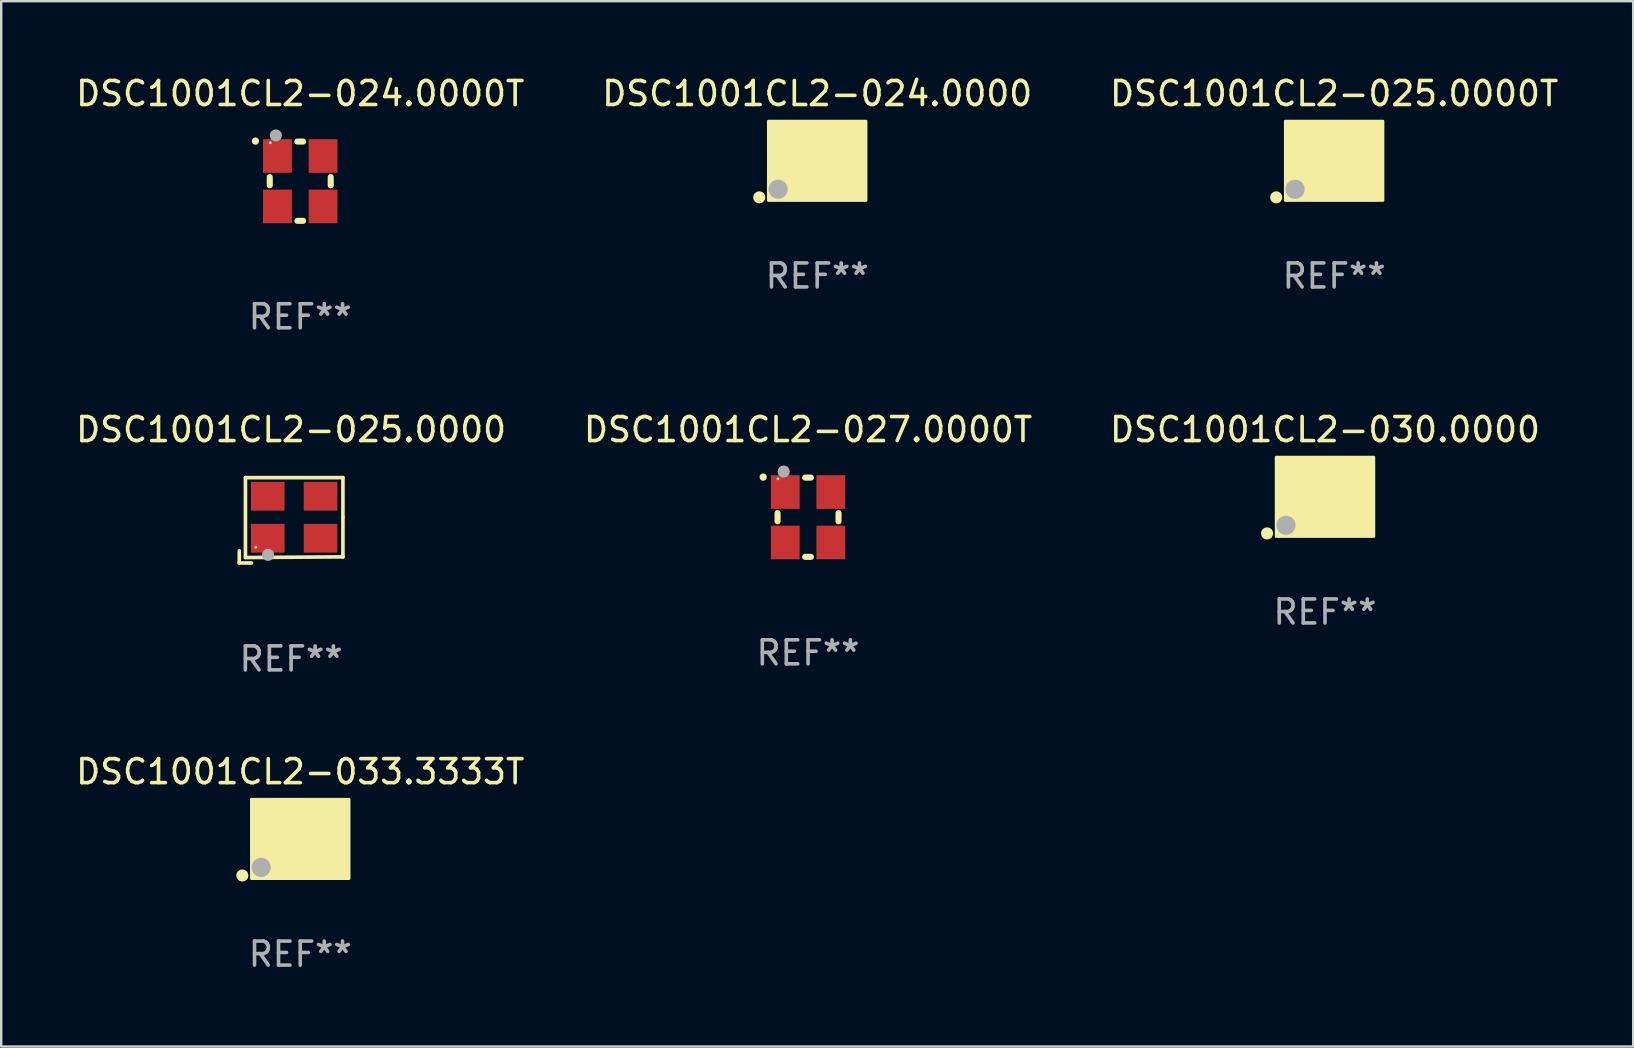
<source format=kicad_pcb>
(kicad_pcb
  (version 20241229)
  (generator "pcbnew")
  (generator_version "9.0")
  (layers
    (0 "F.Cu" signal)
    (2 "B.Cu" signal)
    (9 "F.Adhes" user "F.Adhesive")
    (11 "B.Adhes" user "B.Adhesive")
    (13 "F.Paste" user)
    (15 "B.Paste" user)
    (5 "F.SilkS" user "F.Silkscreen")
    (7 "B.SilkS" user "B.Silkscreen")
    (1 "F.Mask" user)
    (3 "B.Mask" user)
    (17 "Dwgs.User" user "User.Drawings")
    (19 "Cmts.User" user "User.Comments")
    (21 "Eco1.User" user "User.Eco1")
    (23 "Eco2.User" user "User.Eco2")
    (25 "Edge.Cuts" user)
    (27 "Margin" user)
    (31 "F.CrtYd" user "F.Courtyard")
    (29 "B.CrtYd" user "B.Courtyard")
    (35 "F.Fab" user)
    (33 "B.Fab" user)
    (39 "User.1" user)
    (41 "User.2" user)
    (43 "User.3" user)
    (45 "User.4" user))
  (footprint "DSC1001CL2-025.0000"
    (layer "F.Cu")
    (at 9.077 18.625)
    (property "Reference" "DSC1001CL2-025.0000" (at 0 -3.778 0) (layer "F.SilkS") (effects (font (size 1 1) (thickness 0.15))))
    (attr through_hole)
    (fp_line (start -2.159 1.27) (end -2.159 1.778) (stroke (width 0.152) (type solid)) (layer "F.SilkS"))
    (fp_line (start -2.159 1.778) (end -1.651 1.778) (stroke (width 0.152) (type solid)) (layer "F.SilkS"))
    (fp_line (start -1.902 -1.778) (end 2.159 -1.778) (stroke (width 0.152) (type solid)) (layer "F.SilkS"))
    (fp_line (start -1.902 1.552) (end -1.902 -1.778) (stroke (width 0.152) (type solid)) (layer "F.SilkS"))
    (fp_line (start 2.159 -1.778) (end 2.159 -0.127) (stroke (width 0.152) (type solid)) (layer "F.SilkS"))
    (fp_line (start 2.159 -0.127) (end 2.159 1.524) (stroke (width 0.152) (type solid)) (layer "F.SilkS"))
    (fp_line (start 2.159 1.524) (end -1.902 1.552) (stroke (width 0.152) (type solid)) (layer "F.SilkS"))
    (fp_line (start 2.159 1.524) (end 2.159 1.524) (stroke (width 0.152) (type solid)) (layer "F.SilkS"))
    (fp_circle (center -1.473 1.123) (end -1.443 1.123) (stroke (width 0.06) (type solid)) (fill no) (layer "F.SilkS"))
    (fp_circle (center -0.961 1.44) (end -0.834 1.44) (stroke (width 0.254) (type solid)) (fill no) (layer "F.Fab"))
    (fp_text user "REF**" (at 0 5.778 0) (layer "F.Fab") (effects (font (size 1 1) (thickness 0.15))))
    (pad "1" smd rect (at -0.973 0.748) (size 1.4 1.2) (layers "F.Cu" "F.Mask" "F.Paste"))
    (pad "2" smd rect (at 1.227 0.748) (size 1.4 1.2) (layers "F.Cu" "F.Mask" "F.Paste"))
    (pad "3" smd rect (at 1.227 -1.002) (size 1.4 1.2) (layers "F.Cu" "F.Mask" "F.Paste"))
    (pad "4" smd rect (at -0.973 -1.002) (size 1.4 1.2) (layers "F.Cu" "F.Mask" "F.Paste")))
  (footprint "DSC1001CL2-025.0000T"
    (layer "F.Cu")
    (at 52.53 3.648)
    (property "Reference" "DSC1001CL2-025.0000T" (at 0 -2.8 0) (layer "F.SilkS") (effects (font (size 1 1) (thickness 0.15))))
    (attr through_hole)
    (fp_circle (center -2.413 1.524) (end -2.286 1.524) (stroke (width 0.254) (type solid)) (fill no) (layer "F.SilkS"))
    (fp_circle (center -1.6 1.25) (end -1.57 1.25) (stroke (width 0.06) (type solid)) (fill no) (layer "F.SilkS"))
    (fp_poly (pts (xy -2.032 -1.651) (xy 2.032 -1.651) (xy 2.032 1.651) (xy -2.032 1.651)) (stroke (width 0.12) (type solid)) (fill yes) (layer "F.SilkS"))
    (fp_circle (center -1.627 1.185) (end -1.427 1.185) (stroke (width 0.4) (type solid)) (fill no) (layer "F.Fab"))
    (fp_text user "REF**" (at 0 4.8 0) (layer "F.Fab") (effects (font (size 1 1) (thickness 0.15))))
    (pad "1" smd rect (at -1.05 0.8) (size 1.4 1.2) (layers "F.Cu" "F.Mask" "F.Paste"))
    (pad "2" smd rect (at 1.05 0.8) (size 1.4 1.2) (layers "F.Cu" "F.Mask" "F.Paste"))
    (pad "3" smd rect (at 1.05 -0.8) (size 1.4 1.2) (layers "F.Cu" "F.Mask" "F.Paste"))
    (pad "4" smd rect (at -1.05 -0.8) (size 1.4 1.2) (layers "F.Cu" "F.Mask" "F.Paste")))
  (footprint "DSC1001CL2-030.0000"
    (layer "F.Cu")
    (at 52.149 17.647)
    (property "Reference" "DSC1001CL2-030.0000" (at 0 -2.8 0) (layer "F.SilkS") (effects (font (size 1 1) (thickness 0.15))))
    (attr through_hole)
    (fp_circle (center -2.413 1.524) (end -2.286 1.524) (stroke (width 0.254) (type solid)) (fill no) (layer "F.SilkS"))
    (fp_circle (center -1.6 1.25) (end -1.57 1.25) (stroke (width 0.06) (type solid)) (fill no) (layer "F.SilkS"))
    (fp_poly (pts (xy -2.032 -1.651) (xy 2.032 -1.651) (xy 2.032 1.651) (xy -2.032 1.651)) (stroke (width 0.12) (type solid)) (fill yes) (layer "F.SilkS"))
    (fp_circle (center -1.627 1.185) (end -1.427 1.185) (stroke (width 0.4) (type solid)) (fill no) (layer "F.Fab"))
    (fp_text user "REF**" (at 0 4.8 0) (layer "F.Fab") (effects (font (size 1 1) (thickness 0.15))))
    (pad "1" smd rect (at -1.05 0.8) (size 1.4 1.2) (layers "F.Cu" "F.Mask" "F.Paste"))
    (pad "2" smd rect (at 1.05 0.8) (size 1.4 1.2) (layers "F.Cu" "F.Mask" "F.Paste"))
    (pad "3" smd rect (at 1.05 -0.8) (size 1.4 1.2) (layers "F.Cu" "F.Mask" "F.Paste"))
    (pad "4" smd rect (at -1.05 -0.8) (size 1.4 1.2) (layers "F.Cu" "F.Mask" "F.Paste")))
  (footprint "DSC1001CL2-024.0000"
    (layer "F.Cu")
    (at 30.994 3.648)
    (property "Reference" "DSC1001CL2-024.0000" (at 0 -2.8 0) (layer "F.SilkS") (effects (font (size 1 1) (thickness 0.15))))
    (attr through_hole)
    (fp_circle (center -2.413 1.524) (end -2.286 1.524) (stroke (width 0.254) (type solid)) (fill no) (layer "F.SilkS"))
    (fp_circle (center -1.6 1.25) (end -1.57 1.25) (stroke (width 0.06) (type solid)) (fill no) (layer "F.SilkS"))
    (fp_poly (pts (xy -2.032 -1.651) (xy 2.032 -1.651) (xy 2.032 1.651) (xy -2.032 1.651)) (stroke (width 0.12) (type solid)) (fill yes) (layer "F.SilkS"))
    (fp_circle (center -1.627 1.185) (end -1.427 1.185) (stroke (width 0.4) (type solid)) (fill no) (layer "F.Fab"))
    (fp_text user "REF**" (at 0 4.8 0) (layer "F.Fab") (effects (font (size 1 1) (thickness 0.15))))
    (pad "1" smd rect (at -1.05 0.8) (size 1.4 1.2) (layers "F.Cu" "F.Mask" "F.Paste"))
    (pad "2" smd rect (at 1.05 0.8) (size 1.4 1.2) (layers "F.Cu" "F.Mask" "F.Paste"))
    (pad "3" smd rect (at 1.05 -0.8) (size 1.4 1.2) (layers "F.Cu" "F.Mask" "F.Paste"))
    (pad "4" smd rect (at -1.05 -0.8) (size 1.4 1.2) (layers "F.Cu" "F.Mask" "F.Paste")))
  (footprint "DSC1001CL2-033.3333T"
    (layer "F.Cu")
    (at 9.458 31.899)
    (property "Reference" "DSC1001CL2-033.3333T" (at 0 -2.8 0) (layer "F.SilkS") (effects (font (size 1 1) (thickness 0.15))))
    (attr through_hole)
    (fp_circle (center -2.413 1.524) (end -2.286 1.524) (stroke (width 0.254) (type solid)) (fill no) (layer "F.SilkS"))
    (fp_circle (center -1.6 1.25) (end -1.57 1.25) (stroke (width 0.06) (type solid)) (fill no) (layer "F.SilkS"))
    (fp_poly (pts (xy -2.032 -1.651) (xy 2.032 -1.651) (xy 2.032 1.651) (xy -2.032 1.651)) (stroke (width 0.12) (type solid)) (fill yes) (layer "F.SilkS"))
    (fp_circle (center -1.627 1.185) (end -1.427 1.185) (stroke (width 0.4) (type solid)) (fill no) (layer "F.Fab"))
    (fp_text user "REF**" (at 0 4.8 0) (layer "F.Fab") (effects (font (size 1 1) (thickness 0.15))))
    (pad "1" smd rect (at -1.05 0.8) (size 1.4 1.2) (layers "F.Cu" "F.Mask" "F.Paste"))
    (pad "2" smd rect (at 1.05 0.8) (size 1.4 1.2) (layers "F.Cu" "F.Mask" "F.Paste"))
    (pad "3" smd rect (at 1.05 -0.8) (size 1.4 1.2) (layers "F.Cu" "F.Mask" "F.Paste"))
    (pad "4" smd rect (at -1.05 -0.8) (size 1.4 1.2) (layers "F.Cu" "F.Mask" "F.Paste")))
  (footprint "DSC1001CL2-027.0000T"
    (layer "F.Cu")
    (at 30.613 18.498)
    (property "Reference" "DSC1001CL2-027.0000T" (at 0 -3.651 0) (layer "F.SilkS") (effects (font (size 1 1) (thickness 0.15))))
    (attr through_hole)
    (fp_line (start -1.27 -0.169) (end -1.27 0.169) (stroke (width 0.254) (type solid)) (layer "F.SilkS"))
    (fp_line (start 0.119 -1.651) (end -0.119 -1.651) (stroke (width 0.254) (type solid)) (layer "F.SilkS"))
    (fp_line (start 0.119 1.651) (end -0.119 1.651) (stroke (width 0.254) (type solid)) (layer "F.SilkS"))
    (fp_line (start 1.27 -0.169) (end 1.27 0.169) (stroke (width 0.254) (type solid)) (layer "F.SilkS"))
    (fp_arc (start -1.868631 -1.669799) (mid -1.868636 -1.671069) (end -1.868631 -1.672339) (stroke (width 0.3) (type solid)) (layer "F.SilkS"))
    (fp_circle (center -1.25 -1.6) (end -1.22 -1.6) (stroke (width 0.06) (type solid)) (fill no) (layer "F.SilkS"))
    (fp_circle (center -1.016 -1.905) (end -0.889 -1.905) (stroke (width 0.254) (type solid)) (fill no) (layer "F.Fab"))
    (fp_text user "REF**" (at 0 5.651 0) (layer "F.Fab") (effects (font (size 1 1) (thickness 0.15))))
    (pad "1" smd rect (at -0.95 -1.05 90) (size 1.4 1.2) (layers "F.Cu" "F.Mask" "F.Paste"))
    (pad "2" smd rect (at -0.95 1.05 90) (size 1.4 1.2) (layers "F.Cu" "F.Mask" "F.Paste"))
    (pad "3" smd rect (at 0.95 1.05 90) (size 1.4 1.2) (layers "F.Cu" "F.Mask" "F.Paste"))
    (pad "4" smd rect (at 0.95 -1.05 90) (size 1.4 1.2) (layers "F.Cu" "F.Mask" "F.Paste")))
  (footprint "DSC1001CL2-024.0000T"
    (layer "F.Cu")
    (at 9.458 4.499)
    (property "Reference" "DSC1001CL2-024.0000T" (at 0 -3.651 0) (layer "F.SilkS") (effects (font (size 1 1) (thickness 0.15))))
    (attr through_hole)
    (fp_line (start -1.27 -0.169) (end -1.27 0.169) (stroke (width 0.254) (type solid)) (layer "F.SilkS"))
    (fp_line (start 0.119 -1.651) (end -0.119 -1.651) (stroke (width 0.254) (type solid)) (layer "F.SilkS"))
    (fp_line (start 0.119 1.651) (end -0.119 1.651) (stroke (width 0.254) (type solid)) (layer "F.SilkS"))
    (fp_line (start 1.27 -0.169) (end 1.27 0.169) (stroke (width 0.254) (type solid)) (layer "F.SilkS"))
    (fp_arc (start -1.868631 -1.669799) (mid -1.868636 -1.671069) (end -1.868631 -1.672339) (stroke (width 0.3) (type solid)) (layer "F.SilkS"))
    (fp_circle (center -1.25 -1.6) (end -1.22 -1.6) (stroke (width 0.06) (type solid)) (fill no) (layer "F.SilkS"))
    (fp_circle (center -1.016 -1.905) (end -0.889 -1.905) (stroke (width 0.254) (type solid)) (fill no) (layer "F.Fab"))
    (fp_text user "REF**" (at 0 5.651 0) (layer "F.Fab") (effects (font (size 1 1) (thickness 0.15))))
    (pad "1" smd rect (at -0.95 -1.05 90) (size 1.4 1.2) (layers "F.Cu" "F.Mask" "F.Paste"))
    (pad "2" smd rect (at -0.95 1.05 90) (size 1.4 1.2) (layers "F.Cu" "F.Mask" "F.Paste"))
    (pad "3" smd rect (at 0.95 1.05 90) (size 1.4 1.2) (layers "F.Cu" "F.Mask" "F.Paste"))
    (pad "4" smd rect (at 0.95 -1.05 90) (size 1.4 1.2) (layers "F.Cu" "F.Mask" "F.Paste")))
  (gr_rect
    (start -3 -3)
    (end 64.988 40.548)
    (stroke (width 0.1) (type default))
    (fill no)
    (layer "Edge.Cuts")))
</source>
